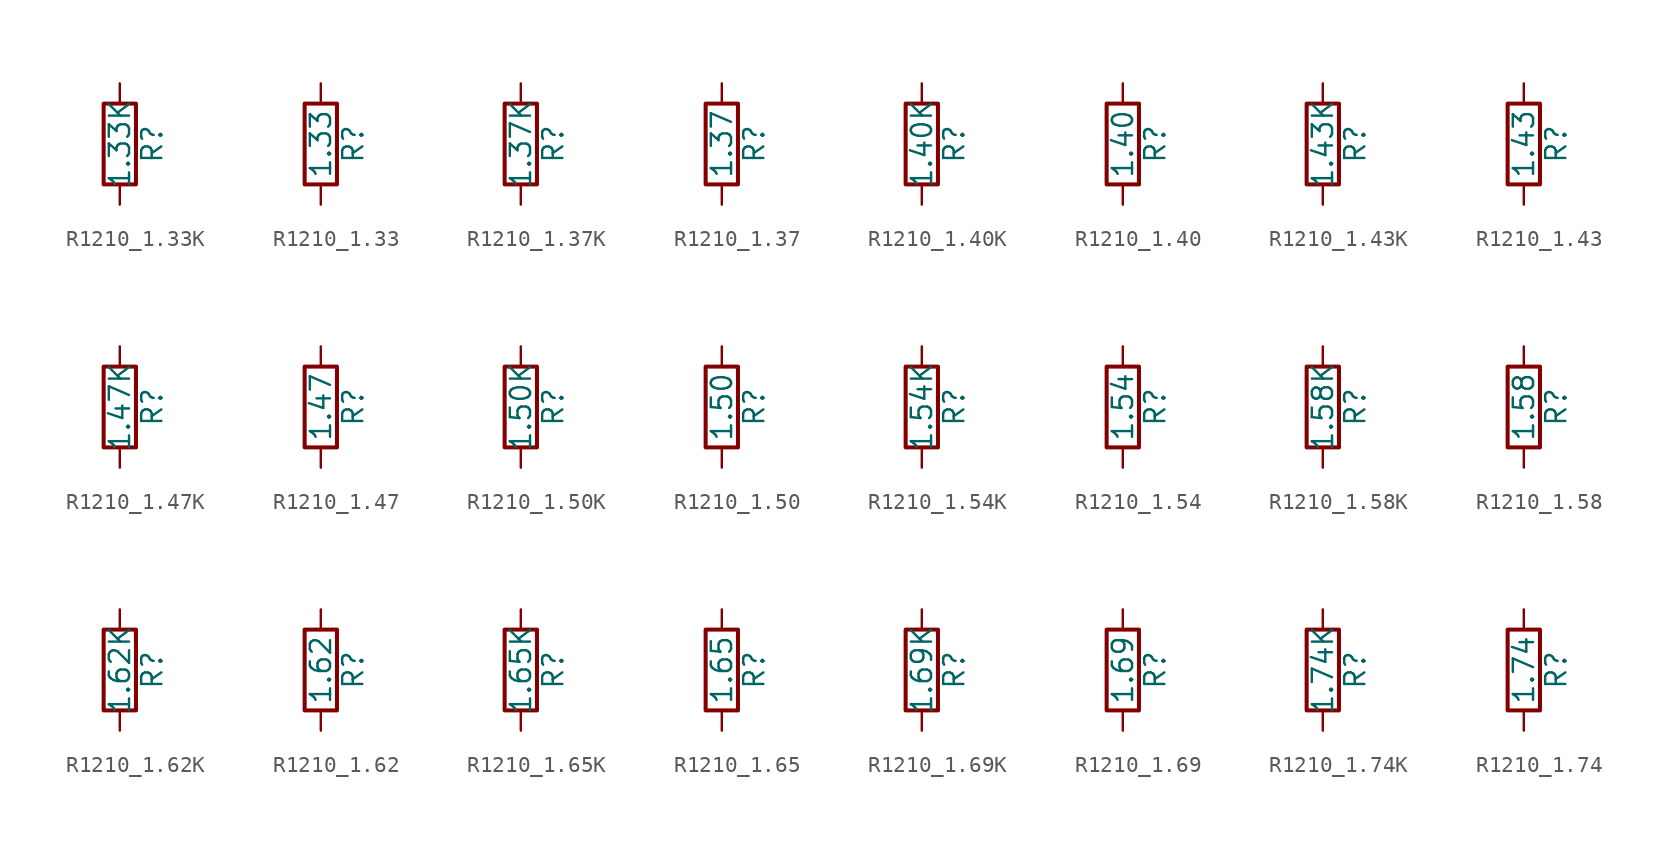
<source format=kicad_sym>
(kicad_symbol_lib
  (version 20211014)
  (generator atlantix-eda)
  (symbol "R1210_1.33K"
    (pin_numbers hide)
    (pin_names
      (offset 0))
    (property "Reference" "R"
      (at 2.032 0 90)
      (effects (font (size 1.27 1.27))))
    (property "Value" "1.33K"
      (at 0 0 90)
      (effects (font (size 1.27 1.27))))
    (symbol "R1210_1.33K_0_1"
      (rectangle (start -1.016 -2.54) (end 1.016 2.54) (stroke (width 0.254) (type default) (color 0 0 0 0)) (fill (type none))))
    (symbol "R1210_1.33K_1_1"
      (pin passive line (at 0 3.81 270) (length 1.27) (name "~" (effects (font (size 1.27 1.27)))) (number "1" (effects (font (size 1.27 1.27)))))
      (pin passive line (at 0 -3.81 90) (length 1.27) (name "~" (effects (font (size 1.27 1.27)))) (number "2" (effects (font (size 1.27 1.27)))))))
  (symbol "R1210_1.33"
    (pin_numbers hide)
    (pin_names
      (offset 0))
    (property "Reference" "R"
      (at 2.032 0 90)
      (effects (font (size 1.27 1.27))))
    (property "Value" "1.33"
      (at 0 0 90)
      (effects (font (size 1.27 1.27))))
    (symbol "R1210_1.33_0_1"
      (rectangle (start -1.016 -2.54) (end 1.016 2.54) (stroke (width 0.254) (type default) (color 0 0 0 0)) (fill (type none))))
    (symbol "R1210_1.33_1_1"
      (pin passive line (at 0 3.81 270) (length 1.27) (name "~" (effects (font (size 1.27 1.27)))) (number "1" (effects (font (size 1.27 1.27)))))
      (pin passive line (at 0 -3.81 90) (length 1.27) (name "~" (effects (font (size 1.27 1.27)))) (number "2" (effects (font (size 1.27 1.27)))))))
  (symbol "R1210_1.37K"
    (pin_numbers hide)
    (pin_names
      (offset 0))
    (property "Reference" "R"
      (at 2.032 0 90)
      (effects (font (size 1.27 1.27))))
    (property "Value" "1.37K"
      (at 0 0 90)
      (effects (font (size 1.27 1.27))))
    (symbol "R1210_1.37K_0_1"
      (rectangle (start -1.016 -2.54) (end 1.016 2.54) (stroke (width 0.254) (type default) (color 0 0 0 0)) (fill (type none))))
    (symbol "R1210_1.37K_1_1"
      (pin passive line (at 0 3.81 270) (length 1.27) (name "~" (effects (font (size 1.27 1.27)))) (number "1" (effects (font (size 1.27 1.27)))))
      (pin passive line (at 0 -3.81 90) (length 1.27) (name "~" (effects (font (size 1.27 1.27)))) (number "2" (effects (font (size 1.27 1.27)))))))
  (symbol "R1210_1.37"
    (pin_numbers hide)
    (pin_names
      (offset 0))
    (property "Reference" "R"
      (at 2.032 0 90)
      (effects (font (size 1.27 1.27))))
    (property "Value" "1.37"
      (at 0 0 90)
      (effects (font (size 1.27 1.27))))
    (symbol "R1210_1.37_0_1"
      (rectangle (start -1.016 -2.54) (end 1.016 2.54) (stroke (width 0.254) (type default) (color 0 0 0 0)) (fill (type none))))
    (symbol "R1210_1.37_1_1"
      (pin passive line (at 0 3.81 270) (length 1.27) (name "~" (effects (font (size 1.27 1.27)))) (number "1" (effects (font (size 1.27 1.27)))))
      (pin passive line (at 0 -3.81 90) (length 1.27) (name "~" (effects (font (size 1.27 1.27)))) (number "2" (effects (font (size 1.27 1.27)))))))
  (symbol "R1210_1.40K"
    (pin_numbers hide)
    (pin_names
      (offset 0))
    (property "Reference" "R"
      (at 2.032 0 90)
      (effects (font (size 1.27 1.27))))
    (property "Value" "1.40K"
      (at 0 0 90)
      (effects (font (size 1.27 1.27))))
    (symbol "R1210_1.40K_0_1"
      (rectangle (start -1.016 -2.54) (end 1.016 2.54) (stroke (width 0.254) (type default) (color 0 0 0 0)) (fill (type none))))
    (symbol "R1210_1.40K_1_1"
      (pin passive line (at 0 3.81 270) (length 1.27) (name "~" (effects (font (size 1.27 1.27)))) (number "1" (effects (font (size 1.27 1.27)))))
      (pin passive line (at 0 -3.81 90) (length 1.27) (name "~" (effects (font (size 1.27 1.27)))) (number "2" (effects (font (size 1.27 1.27)))))))
  (symbol "R1210_1.40"
    (pin_numbers hide)
    (pin_names
      (offset 0))
    (property "Reference" "R"
      (at 2.032 0 90)
      (effects (font (size 1.27 1.27))))
    (property "Value" "1.40"
      (at 0 0 90)
      (effects (font (size 1.27 1.27))))
    (symbol "R1210_1.40_0_1"
      (rectangle (start -1.016 -2.54) (end 1.016 2.54) (stroke (width 0.254) (type default) (color 0 0 0 0)) (fill (type none))))
    (symbol "R1210_1.40_1_1"
      (pin passive line (at 0 3.81 270) (length 1.27) (name "~" (effects (font (size 1.27 1.27)))) (number "1" (effects (font (size 1.27 1.27)))))
      (pin passive line (at 0 -3.81 90) (length 1.27) (name "~" (effects (font (size 1.27 1.27)))) (number "2" (effects (font (size 1.27 1.27)))))))
  (symbol "R1210_1.43K"
    (pin_numbers hide)
    (pin_names
      (offset 0))
    (property "Reference" "R"
      (at 2.032 0 90)
      (effects (font (size 1.27 1.27))))
    (property "Value" "1.43K"
      (at 0 0 90)
      (effects (font (size 1.27 1.27))))
    (symbol "R1210_1.43K_0_1"
      (rectangle (start -1.016 -2.54) (end 1.016 2.54) (stroke (width 0.254) (type default) (color 0 0 0 0)) (fill (type none))))
    (symbol "R1210_1.43K_1_1"
      (pin passive line (at 0 3.81 270) (length 1.27) (name "~" (effects (font (size 1.27 1.27)))) (number "1" (effects (font (size 1.27 1.27)))))
      (pin passive line (at 0 -3.81 90) (length 1.27) (name "~" (effects (font (size 1.27 1.27)))) (number "2" (effects (font (size 1.27 1.27)))))))
  (symbol "R1210_1.43"
    (pin_numbers hide)
    (pin_names
      (offset 0))
    (property "Reference" "R"
      (at 2.032 0 90)
      (effects (font (size 1.27 1.27))))
    (property "Value" "1.43"
      (at 0 0 90)
      (effects (font (size 1.27 1.27))))
    (symbol "R1210_1.43_0_1"
      (rectangle (start -1.016 -2.54) (end 1.016 2.54) (stroke (width 0.254) (type default) (color 0 0 0 0)) (fill (type none))))
    (symbol "R1210_1.43_1_1"
      (pin passive line (at 0 3.81 270) (length 1.27) (name "~" (effects (font (size 1.27 1.27)))) (number "1" (effects (font (size 1.27 1.27)))))
      (pin passive line (at 0 -3.81 90) (length 1.27) (name "~" (effects (font (size 1.27 1.27)))) (number "2" (effects (font (size 1.27 1.27)))))))
  (symbol "R1210_1.47K"
    (pin_numbers hide)
    (pin_names
      (offset 0))
    (property "Reference" "R"
      (at 2.032 0 90)
      (effects (font (size 1.27 1.27))))
    (property "Value" "1.47K"
      (at 0 0 90)
      (effects (font (size 1.27 1.27))))
    (symbol "R1210_1.47K_0_1"
      (rectangle (start -1.016 -2.54) (end 1.016 2.54) (stroke (width 0.254) (type default) (color 0 0 0 0)) (fill (type none))))
    (symbol "R1210_1.47K_1_1"
      (pin passive line (at 0 3.81 270) (length 1.27) (name "~" (effects (font (size 1.27 1.27)))) (number "1" (effects (font (size 1.27 1.27)))))
      (pin passive line (at 0 -3.81 90) (length 1.27) (name "~" (effects (font (size 1.27 1.27)))) (number "2" (effects (font (size 1.27 1.27)))))))
  (symbol "R1210_1.47"
    (pin_numbers hide)
    (pin_names
      (offset 0))
    (property "Reference" "R"
      (at 2.032 0 90)
      (effects (font (size 1.27 1.27))))
    (property "Value" "1.47"
      (at 0 0 90)
      (effects (font (size 1.27 1.27))))
    (symbol "R1210_1.47_0_1"
      (rectangle (start -1.016 -2.54) (end 1.016 2.54) (stroke (width 0.254) (type default) (color 0 0 0 0)) (fill (type none))))
    (symbol "R1210_1.47_1_1"
      (pin passive line (at 0 3.81 270) (length 1.27) (name "~" (effects (font (size 1.27 1.27)))) (number "1" (effects (font (size 1.27 1.27)))))
      (pin passive line (at 0 -3.81 90) (length 1.27) (name "~" (effects (font (size 1.27 1.27)))) (number "2" (effects (font (size 1.27 1.27)))))))
  (symbol "R1210_1.50K"
    (pin_numbers hide)
    (pin_names
      (offset 0))
    (property "Reference" "R"
      (at 2.032 0 90)
      (effects (font (size 1.27 1.27))))
    (property "Value" "1.50K"
      (at 0 0 90)
      (effects (font (size 1.27 1.27))))
    (symbol "R1210_1.50K_0_1"
      (rectangle (start -1.016 -2.54) (end 1.016 2.54) (stroke (width 0.254) (type default) (color 0 0 0 0)) (fill (type none))))
    (symbol "R1210_1.50K_1_1"
      (pin passive line (at 0 3.81 270) (length 1.27) (name "~" (effects (font (size 1.27 1.27)))) (number "1" (effects (font (size 1.27 1.27)))))
      (pin passive line (at 0 -3.81 90) (length 1.27) (name "~" (effects (font (size 1.27 1.27)))) (number "2" (effects (font (size 1.27 1.27)))))))
  (symbol "R1210_1.50"
    (pin_numbers hide)
    (pin_names
      (offset 0))
    (property "Reference" "R"
      (at 2.032 0 90)
      (effects (font (size 1.27 1.27))))
    (property "Value" "1.50"
      (at 0 0 90)
      (effects (font (size 1.27 1.27))))
    (symbol "R1210_1.50_0_1"
      (rectangle (start -1.016 -2.54) (end 1.016 2.54) (stroke (width 0.254) (type default) (color 0 0 0 0)) (fill (type none))))
    (symbol "R1210_1.50_1_1"
      (pin passive line (at 0 3.81 270) (length 1.27) (name "~" (effects (font (size 1.27 1.27)))) (number "1" (effects (font (size 1.27 1.27)))))
      (pin passive line (at 0 -3.81 90) (length 1.27) (name "~" (effects (font (size 1.27 1.27)))) (number "2" (effects (font (size 1.27 1.27)))))))
  (symbol "R1210_1.54K"
    (pin_numbers hide)
    (pin_names
      (offset 0))
    (property "Reference" "R"
      (at 2.032 0 90)
      (effects (font (size 1.27 1.27))))
    (property "Value" "1.54K"
      (at 0 0 90)
      (effects (font (size 1.27 1.27))))
    (symbol "R1210_1.54K_0_1"
      (rectangle (start -1.016 -2.54) (end 1.016 2.54) (stroke (width 0.254) (type default) (color 0 0 0 0)) (fill (type none))))
    (symbol "R1210_1.54K_1_1"
      (pin passive line (at 0 3.81 270) (length 1.27) (name "~" (effects (font (size 1.27 1.27)))) (number "1" (effects (font (size 1.27 1.27)))))
      (pin passive line (at 0 -3.81 90) (length 1.27) (name "~" (effects (font (size 1.27 1.27)))) (number "2" (effects (font (size 1.27 1.27)))))))
  (symbol "R1210_1.54"
    (pin_numbers hide)
    (pin_names
      (offset 0))
    (property "Reference" "R"
      (at 2.032 0 90)
      (effects (font (size 1.27 1.27))))
    (property "Value" "1.54"
      (at 0 0 90)
      (effects (font (size 1.27 1.27))))
    (symbol "R1210_1.54_0_1"
      (rectangle (start -1.016 -2.54) (end 1.016 2.54) (stroke (width 0.254) (type default) (color 0 0 0 0)) (fill (type none))))
    (symbol "R1210_1.54_1_1"
      (pin passive line (at 0 3.81 270) (length 1.27) (name "~" (effects (font (size 1.27 1.27)))) (number "1" (effects (font (size 1.27 1.27)))))
      (pin passive line (at 0 -3.81 90) (length 1.27) (name "~" (effects (font (size 1.27 1.27)))) (number "2" (effects (font (size 1.27 1.27)))))))
  (symbol "R1210_1.58K"
    (pin_numbers hide)
    (pin_names
      (offset 0))
    (property "Reference" "R"
      (at 2.032 0 90)
      (effects (font (size 1.27 1.27))))
    (property "Value" "1.58K"
      (at 0 0 90)
      (effects (font (size 1.27 1.27))))
    (symbol "R1210_1.58K_0_1"
      (rectangle (start -1.016 -2.54) (end 1.016 2.54) (stroke (width 0.254) (type default) (color 0 0 0 0)) (fill (type none))))
    (symbol "R1210_1.58K_1_1"
      (pin passive line (at 0 3.81 270) (length 1.27) (name "~" (effects (font (size 1.27 1.27)))) (number "1" (effects (font (size 1.27 1.27)))))
      (pin passive line (at 0 -3.81 90) (length 1.27) (name "~" (effects (font (size 1.27 1.27)))) (number "2" (effects (font (size 1.27 1.27)))))))
  (symbol "R1210_1.58"
    (pin_numbers hide)
    (pin_names
      (offset 0))
    (property "Reference" "R"
      (at 2.032 0 90)
      (effects (font (size 1.27 1.27))))
    (property "Value" "1.58"
      (at 0 0 90)
      (effects (font (size 1.27 1.27))))
    (symbol "R1210_1.58_0_1"
      (rectangle (start -1.016 -2.54) (end 1.016 2.54) (stroke (width 0.254) (type default) (color 0 0 0 0)) (fill (type none))))
    (symbol "R1210_1.58_1_1"
      (pin passive line (at 0 3.81 270) (length 1.27) (name "~" (effects (font (size 1.27 1.27)))) (number "1" (effects (font (size 1.27 1.27)))))
      (pin passive line (at 0 -3.81 90) (length 1.27) (name "~" (effects (font (size 1.27 1.27)))) (number "2" (effects (font (size 1.27 1.27)))))))
  (symbol "R1210_1.62K"
    (pin_numbers hide)
    (pin_names
      (offset 0))
    (property "Reference" "R"
      (at 2.032 0 90)
      (effects (font (size 1.27 1.27))))
    (property "Value" "1.62K"
      (at 0 0 90)
      (effects (font (size 1.27 1.27))))
    (symbol "R1210_1.62K_0_1"
      (rectangle (start -1.016 -2.54) (end 1.016 2.54) (stroke (width 0.254) (type default) (color 0 0 0 0)) (fill (type none))))
    (symbol "R1210_1.62K_1_1"
      (pin passive line (at 0 3.81 270) (length 1.27) (name "~" (effects (font (size 1.27 1.27)))) (number "1" (effects (font (size 1.27 1.27)))))
      (pin passive line (at 0 -3.81 90) (length 1.27) (name "~" (effects (font (size 1.27 1.27)))) (number "2" (effects (font (size 1.27 1.27)))))))
  (symbol "R1210_1.62"
    (pin_numbers hide)
    (pin_names
      (offset 0))
    (property "Reference" "R"
      (at 2.032 0 90)
      (effects (font (size 1.27 1.27))))
    (property "Value" "1.62"
      (at 0 0 90)
      (effects (font (size 1.27 1.27))))
    (symbol "R1210_1.62_0_1"
      (rectangle (start -1.016 -2.54) (end 1.016 2.54) (stroke (width 0.254) (type default) (color 0 0 0 0)) (fill (type none))))
    (symbol "R1210_1.62_1_1"
      (pin passive line (at 0 3.81 270) (length 1.27) (name "~" (effects (font (size 1.27 1.27)))) (number "1" (effects (font (size 1.27 1.27)))))
      (pin passive line (at 0 -3.81 90) (length 1.27) (name "~" (effects (font (size 1.27 1.27)))) (number "2" (effects (font (size 1.27 1.27)))))))
  (symbol "R1210_1.65K"
    (pin_numbers hide)
    (pin_names
      (offset 0))
    (property "Reference" "R"
      (at 2.032 0 90)
      (effects (font (size 1.27 1.27))))
    (property "Value" "1.65K"
      (at 0 0 90)
      (effects (font (size 1.27 1.27))))
    (symbol "R1210_1.65K_0_1"
      (rectangle (start -1.016 -2.54) (end 1.016 2.54) (stroke (width 0.254) (type default) (color 0 0 0 0)) (fill (type none))))
    (symbol "R1210_1.65K_1_1"
      (pin passive line (at 0 3.81 270) (length 1.27) (name "~" (effects (font (size 1.27 1.27)))) (number "1" (effects (font (size 1.27 1.27)))))
      (pin passive line (at 0 -3.81 90) (length 1.27) (name "~" (effects (font (size 1.27 1.27)))) (number "2" (effects (font (size 1.27 1.27)))))))
  (symbol "R1210_1.65"
    (pin_numbers hide)
    (pin_names
      (offset 0))
    (property "Reference" "R"
      (at 2.032 0 90)
      (effects (font (size 1.27 1.27))))
    (property "Value" "1.65"
      (at 0 0 90)
      (effects (font (size 1.27 1.27))))
    (symbol "R1210_1.65_0_1"
      (rectangle (start -1.016 -2.54) (end 1.016 2.54) (stroke (width 0.254) (type default) (color 0 0 0 0)) (fill (type none))))
    (symbol "R1210_1.65_1_1"
      (pin passive line (at 0 3.81 270) (length 1.27) (name "~" (effects (font (size 1.27 1.27)))) (number "1" (effects (font (size 1.27 1.27)))))
      (pin passive line (at 0 -3.81 90) (length 1.27) (name "~" (effects (font (size 1.27 1.27)))) (number "2" (effects (font (size 1.27 1.27)))))))
  (symbol "R1210_1.69K"
    (pin_numbers hide)
    (pin_names
      (offset 0))
    (property "Reference" "R"
      (at 2.032 0 90)
      (effects (font (size 1.27 1.27))))
    (property "Value" "1.69K"
      (at 0 0 90)
      (effects (font (size 1.27 1.27))))
    (symbol "R1210_1.69K_0_1"
      (rectangle (start -1.016 -2.54) (end 1.016 2.54) (stroke (width 0.254) (type default) (color 0 0 0 0)) (fill (type none))))
    (symbol "R1210_1.69K_1_1"
      (pin passive line (at 0 3.81 270) (length 1.27) (name "~" (effects (font (size 1.27 1.27)))) (number "1" (effects (font (size 1.27 1.27)))))
      (pin passive line (at 0 -3.81 90) (length 1.27) (name "~" (effects (font (size 1.27 1.27)))) (number "2" (effects (font (size 1.27 1.27)))))))
  (symbol "R1210_1.69"
    (pin_numbers hide)
    (pin_names
      (offset 0))
    (property "Reference" "R"
      (at 2.032 0 90)
      (effects (font (size 1.27 1.27))))
    (property "Value" "1.69"
      (at 0 0 90)
      (effects (font (size 1.27 1.27))))
    (symbol "R1210_1.69_0_1"
      (rectangle (start -1.016 -2.54) (end 1.016 2.54) (stroke (width 0.254) (type default) (color 0 0 0 0)) (fill (type none))))
    (symbol "R1210_1.69_1_1"
      (pin passive line (at 0 3.81 270) (length 1.27) (name "~" (effects (font (size 1.27 1.27)))) (number "1" (effects (font (size 1.27 1.27)))))
      (pin passive line (at 0 -3.81 90) (length 1.27) (name "~" (effects (font (size 1.27 1.27)))) (number "2" (effects (font (size 1.27 1.27)))))))
  (symbol "R1210_1.74K"
    (pin_numbers hide)
    (pin_names
      (offset 0))
    (property "Reference" "R"
      (at 2.032 0 90)
      (effects (font (size 1.27 1.27))))
    (property "Value" "1.74K"
      (at 0 0 90)
      (effects (font (size 1.27 1.27))))
    (symbol "R1210_1.74K_0_1"
      (rectangle (start -1.016 -2.54) (end 1.016 2.54) (stroke (width 0.254) (type default) (color 0 0 0 0)) (fill (type none))))
    (symbol "R1210_1.74K_1_1"
      (pin passive line (at 0 3.81 270) (length 1.27) (name "~" (effects (font (size 1.27 1.27)))) (number "1" (effects (font (size 1.27 1.27)))))
      (pin passive line (at 0 -3.81 90) (length 1.27) (name "~" (effects (font (size 1.27 1.27)))) (number "2" (effects (font (size 1.27 1.27)))))))
  (symbol "R1210_1.74"
    (pin_numbers hide)
    (pin_names
      (offset 0))
    (property "Reference" "R"
      (at 2.032 0 90)
      (effects (font (size 1.27 1.27))))
    (property "Value" "1.74"
      (at 0 0 90)
      (effects (font (size 1.27 1.27))))
    (symbol "R1210_1.74_0_1"
      (rectangle (start -1.016 -2.54) (end 1.016 2.54) (stroke (width 0.254) (type default) (color 0 0 0 0)) (fill (type none))))
    (symbol "R1210_1.74_1_1"
      (pin passive line (at 0 3.81 270) (length 1.27) (name "~" (effects (font (size 1.27 1.27)))) (number "1" (effects (font (size 1.27 1.27)))))
      (pin passive line (at 0 -3.81 90) (length 1.27) (name "~" (effects (font (size 1.27 1.27)))) (number "2" (effects (font (size 1.27 1.27))))))))
</source>
